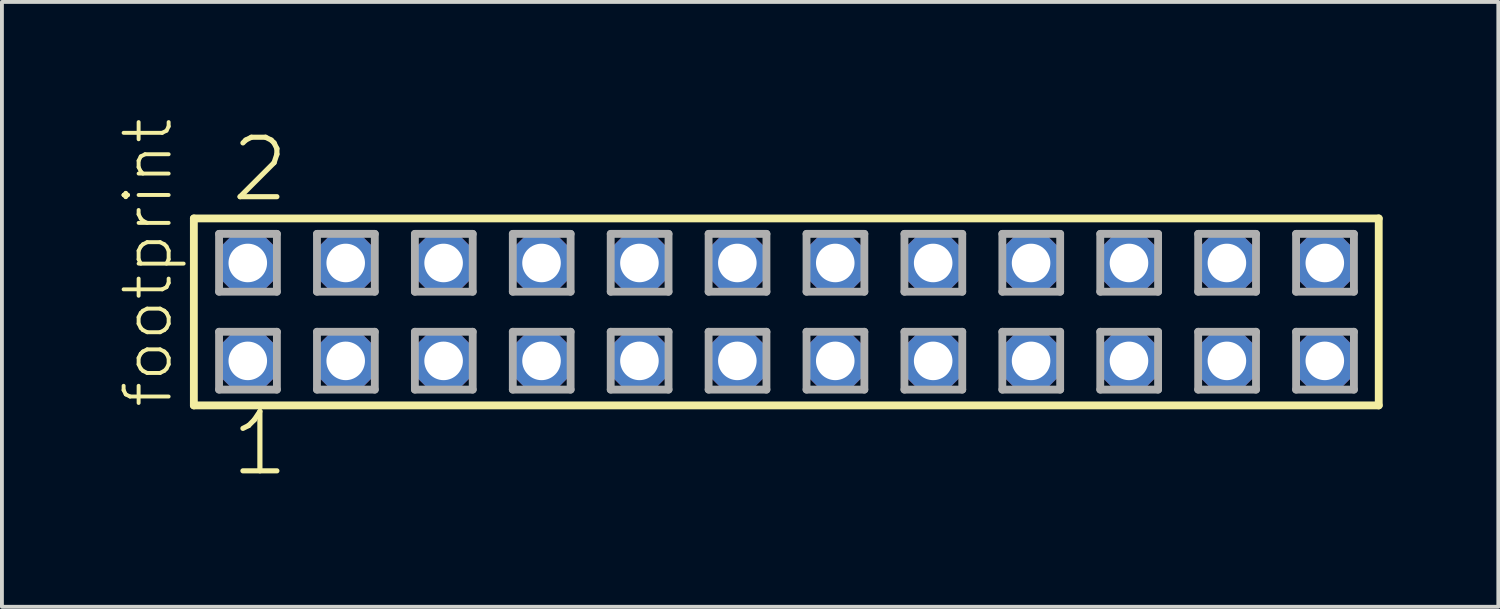
<source format=kicad_pcb>
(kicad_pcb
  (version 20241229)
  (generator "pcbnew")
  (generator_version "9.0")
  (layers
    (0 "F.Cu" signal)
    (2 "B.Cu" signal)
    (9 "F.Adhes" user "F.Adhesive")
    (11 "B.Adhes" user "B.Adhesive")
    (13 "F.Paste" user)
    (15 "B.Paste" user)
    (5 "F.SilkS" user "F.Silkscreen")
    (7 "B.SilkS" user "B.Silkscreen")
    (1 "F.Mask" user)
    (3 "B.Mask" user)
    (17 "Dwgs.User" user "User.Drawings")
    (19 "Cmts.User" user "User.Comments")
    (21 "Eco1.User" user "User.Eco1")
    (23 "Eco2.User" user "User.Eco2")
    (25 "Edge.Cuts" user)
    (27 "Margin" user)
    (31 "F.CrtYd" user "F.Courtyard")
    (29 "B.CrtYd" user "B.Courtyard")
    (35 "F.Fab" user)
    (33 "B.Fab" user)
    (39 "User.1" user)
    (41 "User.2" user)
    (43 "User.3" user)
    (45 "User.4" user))
  (footprint "footprint"
    (layer "F.Cu")
    (at 17.348 5.042)
    (property "Reference" "footprint" (at -15.875 2.54 90) (layer "F.SilkS") (effects (font (size 1.168 1.168) (thickness 0.102)) (justify left bottom)))
    (fp_line (start -15.369 -2.425) (end 15.369 -2.425) (stroke (width 0.203) (type solid)) (layer "F.SilkS"))
    (fp_line (start -15.369 2.425) (end -15.369 -2.425) (stroke (width 0.203) (type solid)) (layer "F.SilkS"))
    (fp_line (start 15.369 -2.425) (end 15.369 2.425) (stroke (width 0.203) (type solid)) (layer "F.SilkS"))
    (fp_line (start 15.369 2.425) (end -15.369 2.425) (stroke (width 0.203) (type solid)) (layer "F.SilkS"))
    (fp_line (start -14.715 -2.025) (end -13.215 -2.025) (stroke (width 0.203) (type solid)) (layer "F.Fab"))
    (fp_line (start -14.715 -0.525) (end -14.715 -2.025) (stroke (width 0.203) (type solid)) (layer "F.Fab"))
    (fp_line (start -14.715 0.515) (end -13.215 0.515) (stroke (width 0.203) (type solid)) (layer "F.Fab"))
    (fp_line (start -14.715 2.015) (end -14.715 0.515) (stroke (width 0.203) (type solid)) (layer "F.Fab"))
    (fp_line (start -13.215 -2.025) (end -13.215 -0.525) (stroke (width 0.203) (type solid)) (layer "F.Fab"))
    (fp_line (start -13.215 -0.525) (end -14.715 -0.525) (stroke (width 0.203) (type solid)) (layer "F.Fab"))
    (fp_line (start -13.215 0.515) (end -13.215 2.015) (stroke (width 0.203) (type solid)) (layer "F.Fab"))
    (fp_line (start -13.215 2.015) (end -14.715 2.015) (stroke (width 0.203) (type solid)) (layer "F.Fab"))
    (fp_line (start -12.175 -2.025) (end -10.675 -2.025) (stroke (width 0.203) (type solid)) (layer "F.Fab"))
    (fp_line (start -12.175 -0.525) (end -12.175 -2.025) (stroke (width 0.203) (type solid)) (layer "F.Fab"))
    (fp_line (start -12.175 0.515) (end -10.675 0.515) (stroke (width 0.203) (type solid)) (layer "F.Fab"))
    (fp_line (start -12.175 2.015) (end -12.175 0.515) (stroke (width 0.203) (type solid)) (layer "F.Fab"))
    (fp_line (start -10.675 -2.025) (end -10.675 -0.525) (stroke (width 0.203) (type solid)) (layer "F.Fab"))
    (fp_line (start -10.675 -0.525) (end -12.175 -0.525) (stroke (width 0.203) (type solid)) (layer "F.Fab"))
    (fp_line (start -10.675 0.515) (end -10.675 2.015) (stroke (width 0.203) (type solid)) (layer "F.Fab"))
    (fp_line (start -10.675 2.015) (end -12.175 2.015) (stroke (width 0.203) (type solid)) (layer "F.Fab"))
    (fp_line (start -9.635 -2.025) (end -8.135 -2.025) (stroke (width 0.203) (type solid)) (layer "F.Fab"))
    (fp_line (start -9.635 -0.525) (end -9.635 -2.025) (stroke (width 0.203) (type solid)) (layer "F.Fab"))
    (fp_line (start -9.635 0.515) (end -8.135 0.515) (stroke (width 0.203) (type solid)) (layer "F.Fab"))
    (fp_line (start -9.635 2.015) (end -9.635 0.515) (stroke (width 0.203) (type solid)) (layer "F.Fab"))
    (fp_line (start -8.135 -2.025) (end -8.135 -0.525) (stroke (width 0.203) (type solid)) (layer "F.Fab"))
    (fp_line (start -8.135 -0.525) (end -9.635 -0.525) (stroke (width 0.203) (type solid)) (layer "F.Fab"))
    (fp_line (start -8.135 0.515) (end -8.135 2.015) (stroke (width 0.203) (type solid)) (layer "F.Fab"))
    (fp_line (start -8.135 2.015) (end -9.635 2.015) (stroke (width 0.203) (type solid)) (layer "F.Fab"))
    (fp_line (start -7.095 -2.025) (end -5.595 -2.025) (stroke (width 0.203) (type solid)) (layer "F.Fab"))
    (fp_line (start -7.095 -0.525) (end -7.095 -2.025) (stroke (width 0.203) (type solid)) (layer "F.Fab"))
    (fp_line (start -7.095 0.515) (end -5.595 0.515) (stroke (width 0.203) (type solid)) (layer "F.Fab"))
    (fp_line (start -7.095 2.015) (end -7.095 0.515) (stroke (width 0.203) (type solid)) (layer "F.Fab"))
    (fp_line (start -5.595 -2.025) (end -5.595 -0.525) (stroke (width 0.203) (type solid)) (layer "F.Fab"))
    (fp_line (start -5.595 -0.525) (end -7.095 -0.525) (stroke (width 0.203) (type solid)) (layer "F.Fab"))
    (fp_line (start -5.595 0.515) (end -5.595 2.015) (stroke (width 0.203) (type solid)) (layer "F.Fab"))
    (fp_line (start -5.595 2.015) (end -7.095 2.015) (stroke (width 0.203) (type solid)) (layer "F.Fab"))
    (fp_line (start -4.555 -2.025) (end -3.055 -2.025) (stroke (width 0.203) (type solid)) (layer "F.Fab"))
    (fp_line (start -4.555 -0.525) (end -4.555 -2.025) (stroke (width 0.203) (type solid)) (layer "F.Fab"))
    (fp_line (start -4.555 0.515) (end -3.055 0.515) (stroke (width 0.203) (type solid)) (layer "F.Fab"))
    (fp_line (start -4.555 2.015) (end -4.555 0.515) (stroke (width 0.203) (type solid)) (layer "F.Fab"))
    (fp_line (start -3.055 -2.025) (end -3.055 -0.525) (stroke (width 0.203) (type solid)) (layer "F.Fab"))
    (fp_line (start -3.055 -0.525) (end -4.555 -0.525) (stroke (width 0.203) (type solid)) (layer "F.Fab"))
    (fp_line (start -3.055 0.515) (end -3.055 2.015) (stroke (width 0.203) (type solid)) (layer "F.Fab"))
    (fp_line (start -3.055 2.015) (end -4.555 2.015) (stroke (width 0.203) (type solid)) (layer "F.Fab"))
    (fp_line (start -2.015 -2.025) (end -0.515 -2.025) (stroke (width 0.203) (type solid)) (layer "F.Fab"))
    (fp_line (start -2.015 -0.525) (end -2.015 -2.025) (stroke (width 0.203) (type solid)) (layer "F.Fab"))
    (fp_line (start -2.015 0.515) (end -0.515 0.515) (stroke (width 0.203) (type solid)) (layer "F.Fab"))
    (fp_line (start -2.015 2.015) (end -2.015 0.515) (stroke (width 0.203) (type solid)) (layer "F.Fab"))
    (fp_line (start -0.515 -2.025) (end -0.515 -0.525) (stroke (width 0.203) (type solid)) (layer "F.Fab"))
    (fp_line (start -0.515 -0.525) (end -2.015 -0.525) (stroke (width 0.203) (type solid)) (layer "F.Fab"))
    (fp_line (start -0.515 0.515) (end -0.515 2.015) (stroke (width 0.203) (type solid)) (layer "F.Fab"))
    (fp_line (start -0.515 2.015) (end -2.015 2.015) (stroke (width 0.203) (type solid)) (layer "F.Fab"))
    (fp_line (start 0.525 -2.025) (end 2.025 -2.025) (stroke (width 0.203) (type solid)) (layer "F.Fab"))
    (fp_line (start 0.525 -0.525) (end 0.525 -2.025) (stroke (width 0.203) (type solid)) (layer "F.Fab"))
    (fp_line (start 0.525 0.515) (end 2.025 0.515) (stroke (width 0.203) (type solid)) (layer "F.Fab"))
    (fp_line (start 0.525 2.015) (end 0.525 0.515) (stroke (width 0.203) (type solid)) (layer "F.Fab"))
    (fp_line (start 2.025 -2.025) (end 2.025 -0.525) (stroke (width 0.203) (type solid)) (layer "F.Fab"))
    (fp_line (start 2.025 -0.525) (end 0.525 -0.525) (stroke (width 0.203) (type solid)) (layer "F.Fab"))
    (fp_line (start 2.025 0.515) (end 2.025 2.015) (stroke (width 0.203) (type solid)) (layer "F.Fab"))
    (fp_line (start 2.025 2.015) (end 0.525 2.015) (stroke (width 0.203) (type solid)) (layer "F.Fab"))
    (fp_line (start 3.065 -2.025) (end 4.565 -2.025) (stroke (width 0.203) (type solid)) (layer "F.Fab"))
    (fp_line (start 3.065 -0.525) (end 3.065 -2.025) (stroke (width 0.203) (type solid)) (layer "F.Fab"))
    (fp_line (start 3.065 0.515) (end 4.565 0.515) (stroke (width 0.203) (type solid)) (layer "F.Fab"))
    (fp_line (start 3.065 2.015) (end 3.065 0.515) (stroke (width 0.203) (type solid)) (layer "F.Fab"))
    (fp_line (start 4.565 -2.025) (end 4.565 -0.525) (stroke (width 0.203) (type solid)) (layer "F.Fab"))
    (fp_line (start 4.565 -0.525) (end 3.065 -0.525) (stroke (width 0.203) (type solid)) (layer "F.Fab"))
    (fp_line (start 4.565 0.515) (end 4.565 2.015) (stroke (width 0.203) (type solid)) (layer "F.Fab"))
    (fp_line (start 4.565 2.015) (end 3.065 2.015) (stroke (width 0.203) (type solid)) (layer "F.Fab"))
    (fp_line (start 5.605 -2.025) (end 7.105 -2.025) (stroke (width 0.203) (type solid)) (layer "F.Fab"))
    (fp_line (start 5.605 -0.525) (end 5.605 -2.025) (stroke (width 0.203) (type solid)) (layer "F.Fab"))
    (fp_line (start 5.605 0.515) (end 7.105 0.515) (stroke (width 0.203) (type solid)) (layer "F.Fab"))
    (fp_line (start 5.605 2.015) (end 5.605 0.515) (stroke (width 0.203) (type solid)) (layer "F.Fab"))
    (fp_line (start 7.105 -2.025) (end 7.105 -0.525) (stroke (width 0.203) (type solid)) (layer "F.Fab"))
    (fp_line (start 7.105 -0.525) (end 5.605 -0.525) (stroke (width 0.203) (type solid)) (layer "F.Fab"))
    (fp_line (start 7.105 0.515) (end 7.105 2.015) (stroke (width 0.203) (type solid)) (layer "F.Fab"))
    (fp_line (start 7.105 2.015) (end 5.605 2.015) (stroke (width 0.203) (type solid)) (layer "F.Fab"))
    (fp_line (start 8.145 -2.025) (end 9.645 -2.025) (stroke (width 0.203) (type solid)) (layer "F.Fab"))
    (fp_line (start 8.145 -0.525) (end 8.145 -2.025) (stroke (width 0.203) (type solid)) (layer "F.Fab"))
    (fp_line (start 8.145 0.515) (end 9.645 0.515) (stroke (width 0.203) (type solid)) (layer "F.Fab"))
    (fp_line (start 8.145 2.015) (end 8.145 0.515) (stroke (width 0.203) (type solid)) (layer "F.Fab"))
    (fp_line (start 9.645 -2.025) (end 9.645 -0.525) (stroke (width 0.203) (type solid)) (layer "F.Fab"))
    (fp_line (start 9.645 -0.525) (end 8.145 -0.525) (stroke (width 0.203) (type solid)) (layer "F.Fab"))
    (fp_line (start 9.645 0.515) (end 9.645 2.015) (stroke (width 0.203) (type solid)) (layer "F.Fab"))
    (fp_line (start 9.645 2.015) (end 8.145 2.015) (stroke (width 0.203) (type solid)) (layer "F.Fab"))
    (fp_line (start 10.685 -2.025) (end 12.185 -2.025) (stroke (width 0.203) (type solid)) (layer "F.Fab"))
    (fp_line (start 10.685 -0.525) (end 10.685 -2.025) (stroke (width 0.203) (type solid)) (layer "F.Fab"))
    (fp_line (start 10.685 0.515) (end 12.185 0.515) (stroke (width 0.203) (type solid)) (layer "F.Fab"))
    (fp_line (start 10.685 2.015) (end 10.685 0.515) (stroke (width 0.203) (type solid)) (layer "F.Fab"))
    (fp_line (start 12.185 -2.025) (end 12.185 -0.525) (stroke (width 0.203) (type solid)) (layer "F.Fab"))
    (fp_line (start 12.185 -0.525) (end 10.685 -0.525) (stroke (width 0.203) (type solid)) (layer "F.Fab"))
    (fp_line (start 12.185 0.515) (end 12.185 2.015) (stroke (width 0.203) (type solid)) (layer "F.Fab"))
    (fp_line (start 12.185 2.015) (end 10.685 2.015) (stroke (width 0.203) (type solid)) (layer "F.Fab"))
    (fp_line (start 13.225 -2.025) (end 14.725 -2.025) (stroke (width 0.203) (type solid)) (layer "F.Fab"))
    (fp_line (start 13.225 -0.525) (end 13.225 -2.025) (stroke (width 0.203) (type solid)) (layer "F.Fab"))
    (fp_line (start 13.225 0.515) (end 14.725 0.515) (stroke (width 0.203) (type solid)) (layer "F.Fab"))
    (fp_line (start 13.225 2.015) (end 13.225 0.515) (stroke (width 0.203) (type solid)) (layer "F.Fab"))
    (fp_line (start 14.725 -2.025) (end 14.725 -0.525) (stroke (width 0.203) (type solid)) (layer "F.Fab"))
    (fp_line (start 14.725 -0.525) (end 13.225 -0.525) (stroke (width 0.203) (type solid)) (layer "F.Fab"))
    (fp_line (start 14.725 0.515) (end 14.725 2.015) (stroke (width 0.203) (type solid)) (layer "F.Fab"))
    (fp_line (start 14.725 2.015) (end 13.225 2.015) (stroke (width 0.203) (type solid)) (layer "F.Fab"))
    (fp_text user "1" (at -14.478 4.318 0) (layer "F.SilkS") (effects (font (size 1.542 1.542) (thickness 0.134)) (justify left bottom)))
    (fp_text user "2" (at -14.478 -2.794 0) (layer "F.SilkS") (effects (font (size 1.542 1.542) (thickness 0.134)) (justify left bottom)))
    (pad "1" thru_hole roundrect (at -13.97 1.27) (size 1.5 1.5) (drill 1) (layers "*.Cu" "*.Mask") (roundrect_rratio 0.25) (chamfer_ratio 0.25) (chamfer top_left top_right bottom_left bottom_right))
    (pad "2" thru_hole roundrect (at -13.97 -1.27) (size 1.5 1.5) (drill 1) (layers "*.Cu" "*.Mask") (roundrect_rratio 0.25) (chamfer_ratio 0.25) (chamfer top_left top_right bottom_left bottom_right))
    (pad "3" thru_hole roundrect (at -11.43 1.27) (size 1.5 1.5) (drill 1) (layers "*.Cu" "*.Mask") (roundrect_rratio 0.25) (chamfer_ratio 0.25) (chamfer top_left top_right bottom_left bottom_right))
    (pad "4" thru_hole roundrect (at -11.43 -1.27) (size 1.5 1.5) (drill 1) (layers "*.Cu" "*.Mask") (roundrect_rratio 0.25) (chamfer_ratio 0.25) (chamfer top_left top_right bottom_left bottom_right))
    (pad "5" thru_hole roundrect (at -8.89 1.27) (size 1.5 1.5) (drill 1) (layers "*.Cu" "*.Mask") (roundrect_rratio 0.25) (chamfer_ratio 0.25) (chamfer top_left top_right bottom_left bottom_right))
    (pad "6" thru_hole roundrect (at -8.89 -1.27) (size 1.5 1.5) (drill 1) (layers "*.Cu" "*.Mask") (roundrect_rratio 0.25) (chamfer_ratio 0.25) (chamfer top_left top_right bottom_left bottom_right))
    (pad "7" thru_hole roundrect (at -6.35 1.27) (size 1.5 1.5) (drill 1) (layers "*.Cu" "*.Mask") (roundrect_rratio 0.25) (chamfer_ratio 0.25) (chamfer top_left top_right bottom_left bottom_right))
    (pad "8" thru_hole roundrect (at -6.35 -1.27) (size 1.5 1.5) (drill 1) (layers "*.Cu" "*.Mask") (roundrect_rratio 0.25) (chamfer_ratio 0.25) (chamfer top_left top_right bottom_left bottom_right))
    (pad "9" thru_hole roundrect (at -3.81 1.27) (size 1.5 1.5) (drill 1) (layers "*.Cu" "*.Mask") (roundrect_rratio 0.25) (chamfer_ratio 0.25) (chamfer top_left top_right bottom_left bottom_right))
    (pad "10" thru_hole roundrect (at -3.81 -1.27) (size 1.5 1.5) (drill 1) (layers "*.Cu" "*.Mask") (roundrect_rratio 0.25) (chamfer_ratio 0.25) (chamfer top_left top_right bottom_left bottom_right))
    (pad "11" thru_hole roundrect (at -1.27 1.27) (size 1.5 1.5) (drill 1) (layers "*.Cu" "*.Mask") (roundrect_rratio 0.25) (chamfer_ratio 0.25) (chamfer top_left top_right bottom_left bottom_right))
    (pad "12" thru_hole roundrect (at -1.27 -1.27) (size 1.5 1.5) (drill 1) (layers "*.Cu" "*.Mask") (roundrect_rratio 0.25) (chamfer_ratio 0.25) (chamfer top_left top_right bottom_left bottom_right))
    (pad "13" thru_hole roundrect (at 1.27 1.27) (size 1.5 1.5) (drill 1) (layers "*.Cu" "*.Mask") (roundrect_rratio 0.25) (chamfer_ratio 0.25) (chamfer top_left top_right bottom_left bottom_right))
    (pad "14" thru_hole roundrect (at 1.27 -1.27) (size 1.5 1.5) (drill 1) (layers "*.Cu" "*.Mask") (roundrect_rratio 0.25) (chamfer_ratio 0.25) (chamfer top_left top_right bottom_left bottom_right))
    (pad "15" thru_hole roundrect (at 3.81 1.27) (size 1.5 1.5) (drill 1) (layers "*.Cu" "*.Mask") (roundrect_rratio 0.25) (chamfer_ratio 0.25) (chamfer top_left top_right bottom_left bottom_right))
    (pad "16" thru_hole roundrect (at 3.81 -1.27) (size 1.5 1.5) (drill 1) (layers "*.Cu" "*.Mask") (roundrect_rratio 0.25) (chamfer_ratio 0.25) (chamfer top_left top_right bottom_left bottom_right))
    (pad "17" thru_hole roundrect (at 6.35 1.27) (size 1.5 1.5) (drill 1) (layers "*.Cu" "*.Mask") (roundrect_rratio 0.25) (chamfer_ratio 0.25) (chamfer top_left top_right bottom_left bottom_right))
    (pad "18" thru_hole roundrect (at 6.35 -1.27) (size 1.5 1.5) (drill 1) (layers "*.Cu" "*.Mask") (roundrect_rratio 0.25) (chamfer_ratio 0.25) (chamfer top_left top_right bottom_left bottom_right))
    (pad "19" thru_hole roundrect (at 8.89 1.27) (size 1.5 1.5) (drill 1) (layers "*.Cu" "*.Mask") (roundrect_rratio 0.25) (chamfer_ratio 0.25) (chamfer top_left top_right bottom_left bottom_right))
    (pad "20" thru_hole roundrect (at 8.89 -1.27) (size 1.5 1.5) (drill 1) (layers "*.Cu" "*.Mask") (roundrect_rratio 0.25) (chamfer_ratio 0.25) (chamfer top_left top_right bottom_left bottom_right))
    (pad "21" thru_hole roundrect (at 11.43 1.27) (size 1.5 1.5) (drill 1) (layers "*.Cu" "*.Mask") (roundrect_rratio 0.25) (chamfer_ratio 0.25) (chamfer top_left top_right bottom_left bottom_right))
    (pad "22" thru_hole roundrect (at 11.43 -1.27) (size 1.5 1.5) (drill 1) (layers "*.Cu" "*.Mask") (roundrect_rratio 0.25) (chamfer_ratio 0.25) (chamfer top_left top_right bottom_left bottom_right))
    (pad "23" thru_hole roundrect (at 13.97 1.27) (size 1.5 1.5) (drill 1) (layers "*.Cu" "*.Mask") (roundrect_rratio 0.25) (chamfer_ratio 0.25) (chamfer top_left top_right bottom_left bottom_right))
    (pad "24" thru_hole roundrect (at 13.97 -1.27) (size 1.5 1.5) (drill 1) (layers "*.Cu" "*.Mask") (roundrect_rratio 0.25) (chamfer_ratio 0.25) (chamfer top_left top_right bottom_left bottom_right)))
  (gr_rect
    (start -3 -3)
    (end 35.819 12.691)
    (stroke (width 0.1) (type default))
    (fill no)
    (layer "Edge.Cuts")))
</source>
